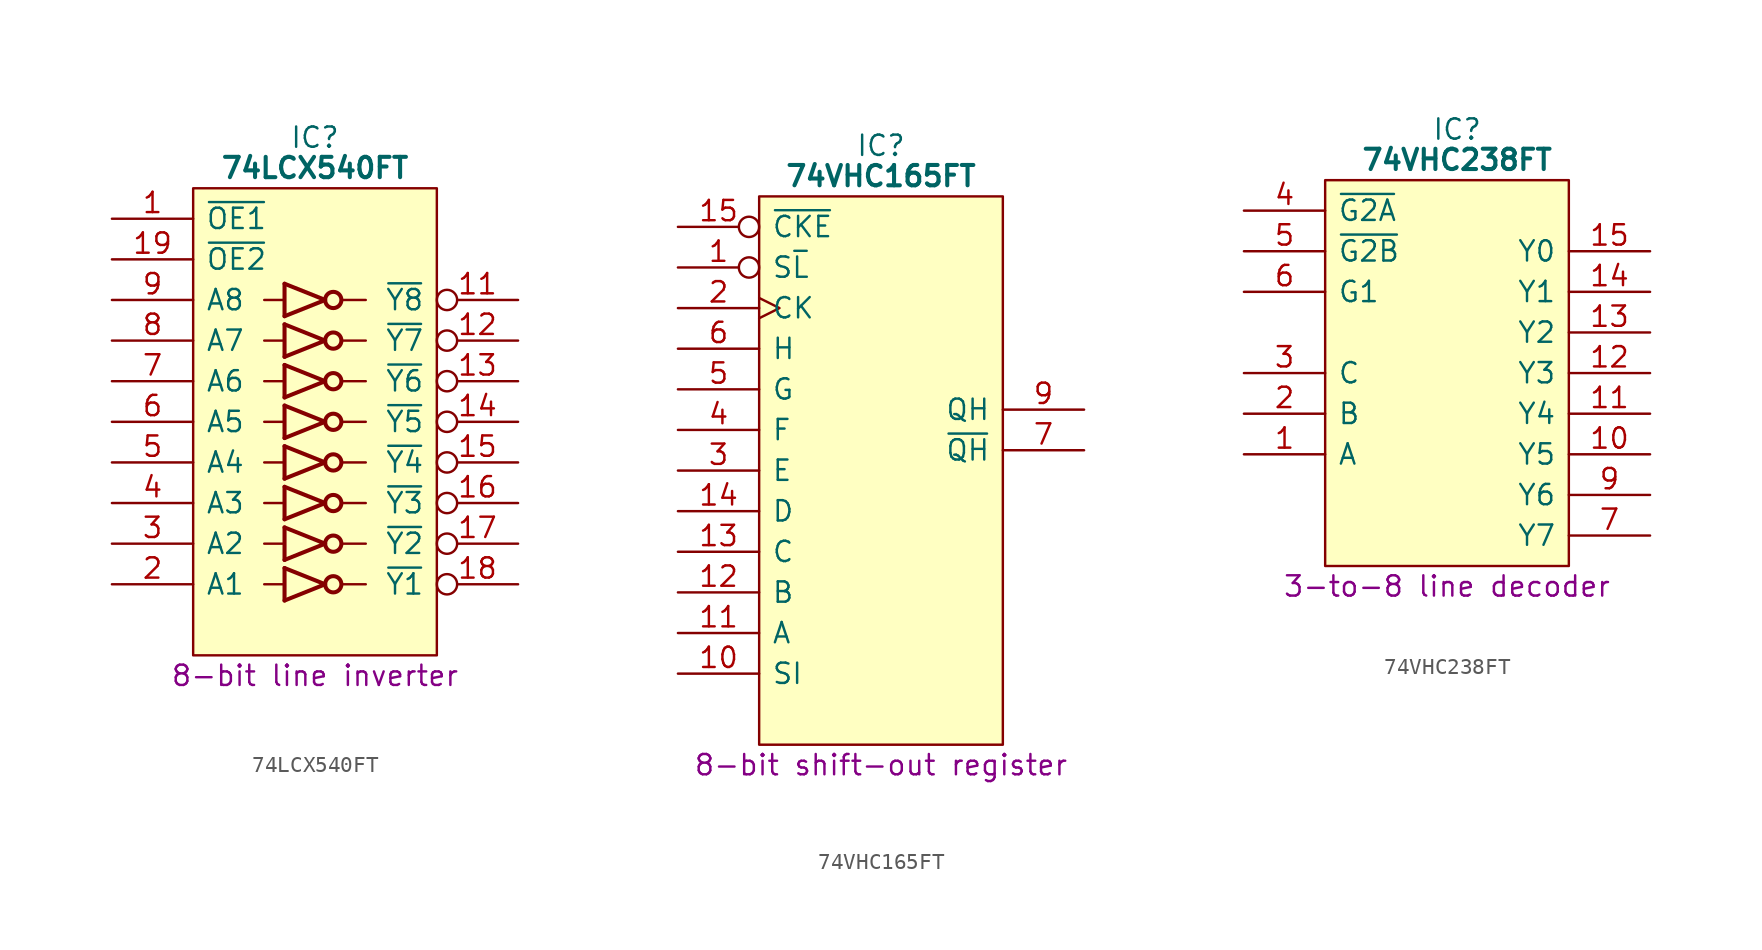
<source format=kicad_sym>
(kicad_symbol_lib
  (version 20231120)
  (generator "kicad_symbol_editor")
  (generator_version "8.0")
  (symbol "74LCX540FT"
    (pin_names
      (offset 0.762))
    (property "Reference" "IC"
      (at 12.7 5.08 0)
      (effects (font (size 1.27 1.27))))
    (property "Value" "74LCX540FT"
      (at 12.7 3.175 0)
      (effects (font (size 1.27 1.27) (bold yes))))
    (property "Description" "8-bit line inverter"
      (at 12.7 -28.575 0)
      (effects (font (size 1.27 1.27))))
    (symbol "74LCX540FT_0_0"
      (pin input line (at 0 0 0) (length 5.08) (name "~{OE1}" (effects (font (size 1.27 1.27)))) (number "1" (effects (font (size 1.27 1.27)))))
      (pin passive line (at 0 -25.4 0) (length 5.08) hide (name "GND" (effects (font (size 1.27 1.27)))) (number "10" (effects (font (size 1.27 1.27)))))
      (pin output inverted (at 25.4 -5.08 180) (length 5.08) (name "~{Y8}" (effects (font (size 1.27 1.27)))) (number "11" (effects (font (size 1.27 1.27)))))
      (pin output inverted (at 25.4 -7.62 180) (length 5.08) (name "~{Y7}" (effects (font (size 1.27 1.27)))) (number "12" (effects (font (size 1.27 1.27)))))
      (pin output inverted (at 25.4 -10.16 180) (length 5.08) (name "~{Y6}" (effects (font (size 1.27 1.27)))) (number "13" (effects (font (size 1.27 1.27)))))
      (pin output inverted (at 25.4 -12.7 180) (length 5.08) (name "~{Y5}" (effects (font (size 1.27 1.27)))) (number "14" (effects (font (size 1.27 1.27)))))
      (pin output inverted (at 25.4 -15.24 180) (length 5.08) (name "~{Y4}" (effects (font (size 1.27 1.27)))) (number "15" (effects (font (size 1.27 1.27)))))
      (pin output inverted (at 25.4 -17.78 180) (length 5.08) (name "~{Y3}" (effects (font (size 1.27 1.27)))) (number "16" (effects (font (size 1.27 1.27)))))
      (pin output inverted (at 25.4 -20.32 180) (length 5.08) (name "~{Y2}" (effects (font (size 1.27 1.27)))) (number "17" (effects (font (size 1.27 1.27)))))
      (pin output inverted (at 25.4 -22.86 180) (length 5.08) (name "~{Y1}" (effects (font (size 1.27 1.27)))) (number "18" (effects (font (size 1.27 1.27)))))
      (pin input line (at 0 -2.54 0) (length 5.08) (name "~{OE2}" (effects (font (size 1.27 1.27)))) (number "19" (effects (font (size 1.27 1.27)))))
      (pin input line (at 0 -22.86 0) (length 5.08) (name "A1" (effects (font (size 1.27 1.27)))) (number "2" (effects (font (size 1.27 1.27)))))
      (pin passive line (at 25.4 0 180) (length 5.08) hide (name "3V" (effects (font (size 1.27 1.27)))) (number "20" (effects (font (size 1.27 1.27)))))
      (pin input line (at 0 -20.32 0) (length 5.08) (name "A2" (effects (font (size 1.27 1.27)))) (number "3" (effects (font (size 1.27 1.27)))))
      (pin input line (at 0 -17.78 0) (length 5.08) (name "A3" (effects (font (size 1.27 1.27)))) (number "4" (effects (font (size 1.27 1.27)))))
      (pin input line (at 0 -15.24 0) (length 5.08) (name "A4" (effects (font (size 1.27 1.27)))) (number "5" (effects (font (size 1.27 1.27)))))
      (pin input line (at 0 -12.7 0) (length 5.08) (name "A5" (effects (font (size 1.27 1.27)))) (number "6" (effects (font (size 1.27 1.27)))))
      (pin input line (at 0 -10.16 0) (length 5.08) (name "A6" (effects (font (size 1.27 1.27)))) (number "7" (effects (font (size 1.27 1.27)))))
      (pin input line (at 0 -7.62 0) (length 5.08) (name "A7" (effects (font (size 1.27 1.27)))) (number "8" (effects (font (size 1.27 1.27)))))
      (pin input line (at 0 -5.08 0) (length 5.08) (name "A8" (effects (font (size 1.27 1.27)))) (number "9" (effects (font (size 1.27 1.27))))))
    (symbol "74LCX540FT_0_1"
      (polyline (pts (xy 9.525 -22.86) (xy 10.795 -22.86)) (stroke (width 0) (type default)) (fill (type none)))
      (polyline (pts (xy 9.525 -20.32) (xy 10.795 -20.32)) (stroke (width 0) (type default)) (fill (type none)))
      (polyline (pts (xy 9.525 -17.78) (xy 10.795 -17.78)) (stroke (width 0) (type default)) (fill (type none)))
      (polyline (pts (xy 9.525 -15.24) (xy 10.795 -15.24)) (stroke (width 0) (type default)) (fill (type none)))
      (polyline (pts (xy 9.525 -12.7) (xy 10.795 -12.7)) (stroke (width 0) (type default)) (fill (type none)))
      (polyline (pts (xy 9.525 -10.16) (xy 10.795 -10.16)) (stroke (width 0) (type default)) (fill (type none)))
      (polyline (pts (xy 9.525 -7.62) (xy 10.795 -7.62)) (stroke (width 0) (type default)) (fill (type none)))
      (polyline (pts (xy 9.525 -5.08) (xy 10.795 -5.08)) (stroke (width 0) (type default)) (fill (type none)))
      (polyline (pts (xy 14.351 -22.86) (xy 15.875 -22.86)) (stroke (width 0) (type default)) (fill (type none)))
      (polyline (pts (xy 14.351 -20.32) (xy 15.875 -20.32)) (stroke (width 0) (type default)) (fill (type none)))
      (polyline (pts (xy 14.351 -17.78) (xy 15.875 -17.78)) (stroke (width 0) (type default)) (fill (type none)))
      (polyline (pts (xy 14.351 -15.24) (xy 15.875 -15.24)) (stroke (width 0) (type default)) (fill (type none)))
      (polyline (pts (xy 14.351 -12.7) (xy 15.875 -12.7)) (stroke (width 0) (type default)) (fill (type none)))
      (polyline (pts (xy 14.351 -10.16) (xy 15.875 -10.16)) (stroke (width 0) (type default)) (fill (type none)))
      (polyline (pts (xy 14.351 -7.62) (xy 15.875 -7.62)) (stroke (width 0) (type default)) (fill (type none)))
      (polyline (pts (xy 14.351 -5.08) (xy 15.875 -5.08)) (stroke (width 0) (type default)) (fill (type none)))
      (polyline (pts (xy 10.795 -23.876) (xy 13.335 -22.86) (xy 10.795 -21.844)) (stroke (width 0.254) (type default)) (fill (type none)))
      (polyline (pts (xy 10.795 -21.336) (xy 13.335 -20.32) (xy 10.795 -19.304)) (stroke (width 0.254) (type default)) (fill (type none)))
      (polyline (pts (xy 10.795 -18.796) (xy 13.335 -17.78) (xy 10.795 -16.764)) (stroke (width 0.254) (type default)) (fill (type none)))
      (polyline (pts (xy 10.795 -16.256) (xy 13.335 -15.24) (xy 10.795 -14.224)) (stroke (width 0.254) (type default)) (fill (type none)))
      (polyline (pts (xy 10.795 -13.716) (xy 13.335 -12.7) (xy 10.795 -11.684)) (stroke (width 0.254) (type default)) (fill (type none)))
      (polyline (pts (xy 10.795 -11.176) (xy 13.335 -10.16) (xy 10.795 -9.144)) (stroke (width 0.254) (type default)) (fill (type none)))
      (polyline (pts (xy 10.795 -8.636) (xy 13.335 -7.62) (xy 10.795 -6.604)) (stroke (width 0.254) (type default)) (fill (type none)))
      (polyline (pts (xy 10.795 -6.096) (xy 13.335 -5.08) (xy 10.795 -4.064)) (stroke (width 0.254) (type default)) (fill (type none)))
      (polyline (pts (xy 5.08 1.905) (xy 20.32 1.905) (xy 20.32 -27.305) (xy 5.08 -27.305) (xy 5.08 1.905)) (stroke (width 0.152) (type default)) (fill (type background)))
      (rectangle (start 10.795 -21.844) (end 10.795 -23.876) (stroke (width 0.254) (type default)) (fill (type background)))
      (rectangle (start 10.795 -19.304) (end 10.795 -21.336) (stroke (width 0.254) (type default)) (fill (type background)))
      (rectangle (start 10.795 -16.764) (end 10.795 -18.796) (stroke (width 0.254) (type default)) (fill (type background)))
      (rectangle (start 10.795 -14.224) (end 10.795 -16.256) (stroke (width 0.254) (type default)) (fill (type background)))
      (rectangle (start 10.795 -11.684) (end 10.795 -13.716) (stroke (width 0.254) (type default)) (fill (type background)))
      (rectangle (start 10.795 -9.144) (end 10.795 -11.176) (stroke (width 0.254) (type default)) (fill (type background)))
      (rectangle (start 10.795 -6.604) (end 10.795 -8.636) (stroke (width 0.254) (type default)) (fill (type background)))
      (rectangle (start 10.795 -4.064) (end 10.795 -6.096) (stroke (width 0.254) (type default)) (fill (type background)))
      (circle (center 13.843 -22.86) (radius 0.508) (stroke (width 0.254) (type default)) (fill (type none)))
      (circle (center 13.843 -20.32) (radius 0.508) (stroke (width 0.254) (type default)) (fill (type none)))
      (circle (center 13.843 -17.78) (radius 0.508) (stroke (width 0.254) (type default)) (fill (type none)))
      (circle (center 13.843 -15.24) (radius 0.508) (stroke (width 0.254) (type default)) (fill (type none)))
      (circle (center 13.843 -12.7) (radius 0.508) (stroke (width 0.254) (type default)) (fill (type none)))
      (circle (center 13.843 -10.16) (radius 0.508) (stroke (width 0.254) (type default)) (fill (type none)))
      (circle (center 13.843 -7.62) (radius 0.508) (stroke (width 0.254) (type default)) (fill (type none)))
      (circle (center 13.843 -5.08) (radius 0.508) (stroke (width 0.254) (type default)) (fill (type none)))))
  (symbol "74VHC165FT"
    (pin_names
      (offset 0.762))
    (property "Reference" "IC"
      (at 12.7 5.08 0)
      (effects (font (size 1.27 1.27))))
    (property "Value" "74VHC165FT"
      (at 12.7 3.175 0)
      (effects (font (size 1.27 1.27) (bold yes))))
    (property "Description" "8-bit shift-out register"
      (at 12.7 -33.655 0)
      (effects (font (size 1.27 1.27))))
    (symbol "74VHC165FT_0_0"
      (pin input inverted (at 0 -2.54 0) (length 5.08) (name "S~{L}" (effects (font (size 1.27 1.27)))) (number "1" (effects (font (size 1.27 1.27)))))
      (pin input line (at 0 -27.94 0) (length 5.08) (name "SI" (effects (font (size 1.27 1.27)))) (number "10" (effects (font (size 1.27 1.27)))))
      (pin input line (at 0 -25.4 0) (length 5.08) (name "A" (effects (font (size 1.27 1.27)))) (number "11" (effects (font (size 1.27 1.27)))))
      (pin input line (at 0 -22.86 0) (length 5.08) (name "B" (effects (font (size 1.27 1.27)))) (number "12" (effects (font (size 1.27 1.27)))))
      (pin input line (at 0 -20.32 0) (length 5.08) (name "C" (effects (font (size 1.27 1.27)))) (number "13" (effects (font (size 1.27 1.27)))))
      (pin input line (at 0 -17.78 0) (length 5.08) (name "D" (effects (font (size 1.27 1.27)))) (number "14" (effects (font (size 1.27 1.27)))))
      (pin input inverted (at 0 0 0) (length 5.08) (name "~{CKE}" (effects (font (size 1.27 1.27)))) (number "15" (effects (font (size 1.27 1.27)))))
      (pin passive line (at 25.4 0 180) (length 5.08) hide (name "VCC" (effects (font (size 1.27 1.27)))) (number "16" (effects (font (size 1.27 1.27)))))
      (pin input clock (at 0 -5.08 0) (length 5.08) (name "CK" (effects (font (size 1.27 1.27)))) (number "2" (effects (font (size 1.27 1.27)))))
      (pin input line (at 0 -15.24 0) (length 5.08) (name "E" (effects (font (size 1.27 1.27)))) (number "3" (effects (font (size 1.27 1.27)))))
      (pin input line (at 0 -12.7 0) (length 5.08) (name "F" (effects (font (size 1.27 1.27)))) (number "4" (effects (font (size 1.27 1.27)))))
      (pin input line (at 0 -10.16 0) (length 5.08) (name "G" (effects (font (size 1.27 1.27)))) (number "5" (effects (font (size 1.27 1.27)))))
      (pin input line (at 0 -7.62 0) (length 5.08) (name "H" (effects (font (size 1.27 1.27)))) (number "6" (effects (font (size 1.27 1.27)))))
      (pin output line (at 25.4 -13.97 180) (length 5.08) (name "~{QH}" (effects (font (size 1.27 1.27)))) (number "7" (effects (font (size 1.27 1.27)))))
      (pin passive line (at 0 -30.48 0) (length 5.08) hide (name "GND" (effects (font (size 1.27 1.27)))) (number "8" (effects (font (size 1.27 1.27)))))
      (pin output line (at 25.4 -11.43 180) (length 5.08) (name "QH" (effects (font (size 1.27 1.27)))) (number "9" (effects (font (size 1.27 1.27))))))
    (symbol "74VHC165FT_0_1"
      (polyline (pts (xy 5.08 1.905) (xy 20.32 1.905) (xy 20.32 -32.385) (xy 5.08 -32.385) (xy 5.08 1.905)) (stroke (width 0.152) (type default)) (fill (type background)))))
  (symbol "74VHC238FT"
    (pin_names
      (offset 0.762))
    (property "Reference" "IC"
      (at 13.335 5.08 0)
      (effects (font (size 1.27 1.27))))
    (property "Value" "74VHC238FT"
      (at 13.335 3.175 0)
      (effects (font (size 1.27 1.27) (bold yes))))
    (property "Description" "3-to-8 line decoder\n"
      (at 12.7 -23.495 0)
      (effects (font (size 1.27 1.27))))
    (symbol "74VHC238FT_0_0"
      (pin input line (at 0 -15.24 0) (length 5.08) (name "A" (effects (font (size 1.27 1.27)))) (number "1" (effects (font (size 1.27 1.27)))))
      (pin output line (at 25.4 -15.24 180) (length 5.08) (name "Y5" (effects (font (size 1.27 1.27)))) (number "10" (effects (font (size 1.27 1.27)))))
      (pin output line (at 25.4 -12.7 180) (length 5.08) (name "Y4" (effects (font (size 1.27 1.27)))) (number "11" (effects (font (size 1.27 1.27)))))
      (pin output line (at 25.4 -10.16 180) (length 5.08) (name "Y3" (effects (font (size 1.27 1.27)))) (number "12" (effects (font (size 1.27 1.27)))))
      (pin output line (at 25.4 -7.62 180) (length 5.08) (name "Y2" (effects (font (size 1.27 1.27)))) (number "13" (effects (font (size 1.27 1.27)))))
      (pin output line (at 25.4 -5.08 180) (length 5.08) (name "Y1" (effects (font (size 1.27 1.27)))) (number "14" (effects (font (size 1.27 1.27)))))
      (pin output line (at 25.4 -2.54 180) (length 5.08) (name "Y0" (effects (font (size 1.27 1.27)))) (number "15" (effects (font (size 1.27 1.27)))))
      (pin input line (at 0 -12.7 0) (length 5.08) (name "B" (effects (font (size 1.27 1.27)))) (number "2" (effects (font (size 1.27 1.27)))))
      (pin input line (at 0 -10.16 0) (length 5.08) (name "C" (effects (font (size 1.27 1.27)))) (number "3" (effects (font (size 1.27 1.27)))))
      (pin input line (at 0 0 0) (length 5.08) (name "~{G2A}" (effects (font (size 1.27 1.27)))) (number "4" (effects (font (size 1.27 1.27)))))
      (pin input line (at 0 -2.54 0) (length 5.08) (name "~{G2B}" (effects (font (size 1.27 1.27)))) (number "5" (effects (font (size 1.27 1.27)))))
      (pin input line (at 0 -5.08 0) (length 5.08) (name "G1" (effects (font (size 1.27 1.27)))) (number "6" (effects (font (size 1.27 1.27)))))
      (pin output line (at 25.4 -20.32 180) (length 5.08) (name "Y7" (effects (font (size 1.27 1.27)))) (number "7" (effects (font (size 1.27 1.27)))))
      (pin output line (at 25.4 -17.78 180) (length 5.08) (name "Y6" (effects (font (size 1.27 1.27)))) (number "9" (effects (font (size 1.27 1.27))))))
    (symbol "74VHC238FT_0_1"
      (polyline (pts (xy 5.08 1.905) (xy 20.32 1.905) (xy 20.32 -22.225) (xy 5.08 -22.225) (xy 5.08 1.905)) (stroke (width 0.152) (type default)) (fill (type background))))
    (symbol "74VHC238FT_1_0"
      (pin passive line (at 25.4 0 180) (length 5.08) hide (name "5V" (effects (font (size 1.27 1.27)))) (number "16" (effects (font (size 1.27 1.27)))))
      (pin passive line (at 0 -20.32 0) (length 5.08) hide (name "GND" (effects (font (size 1.27 1.27)))) (number "8" (effects (font (size 1.27 1.27))))))))
</source>
